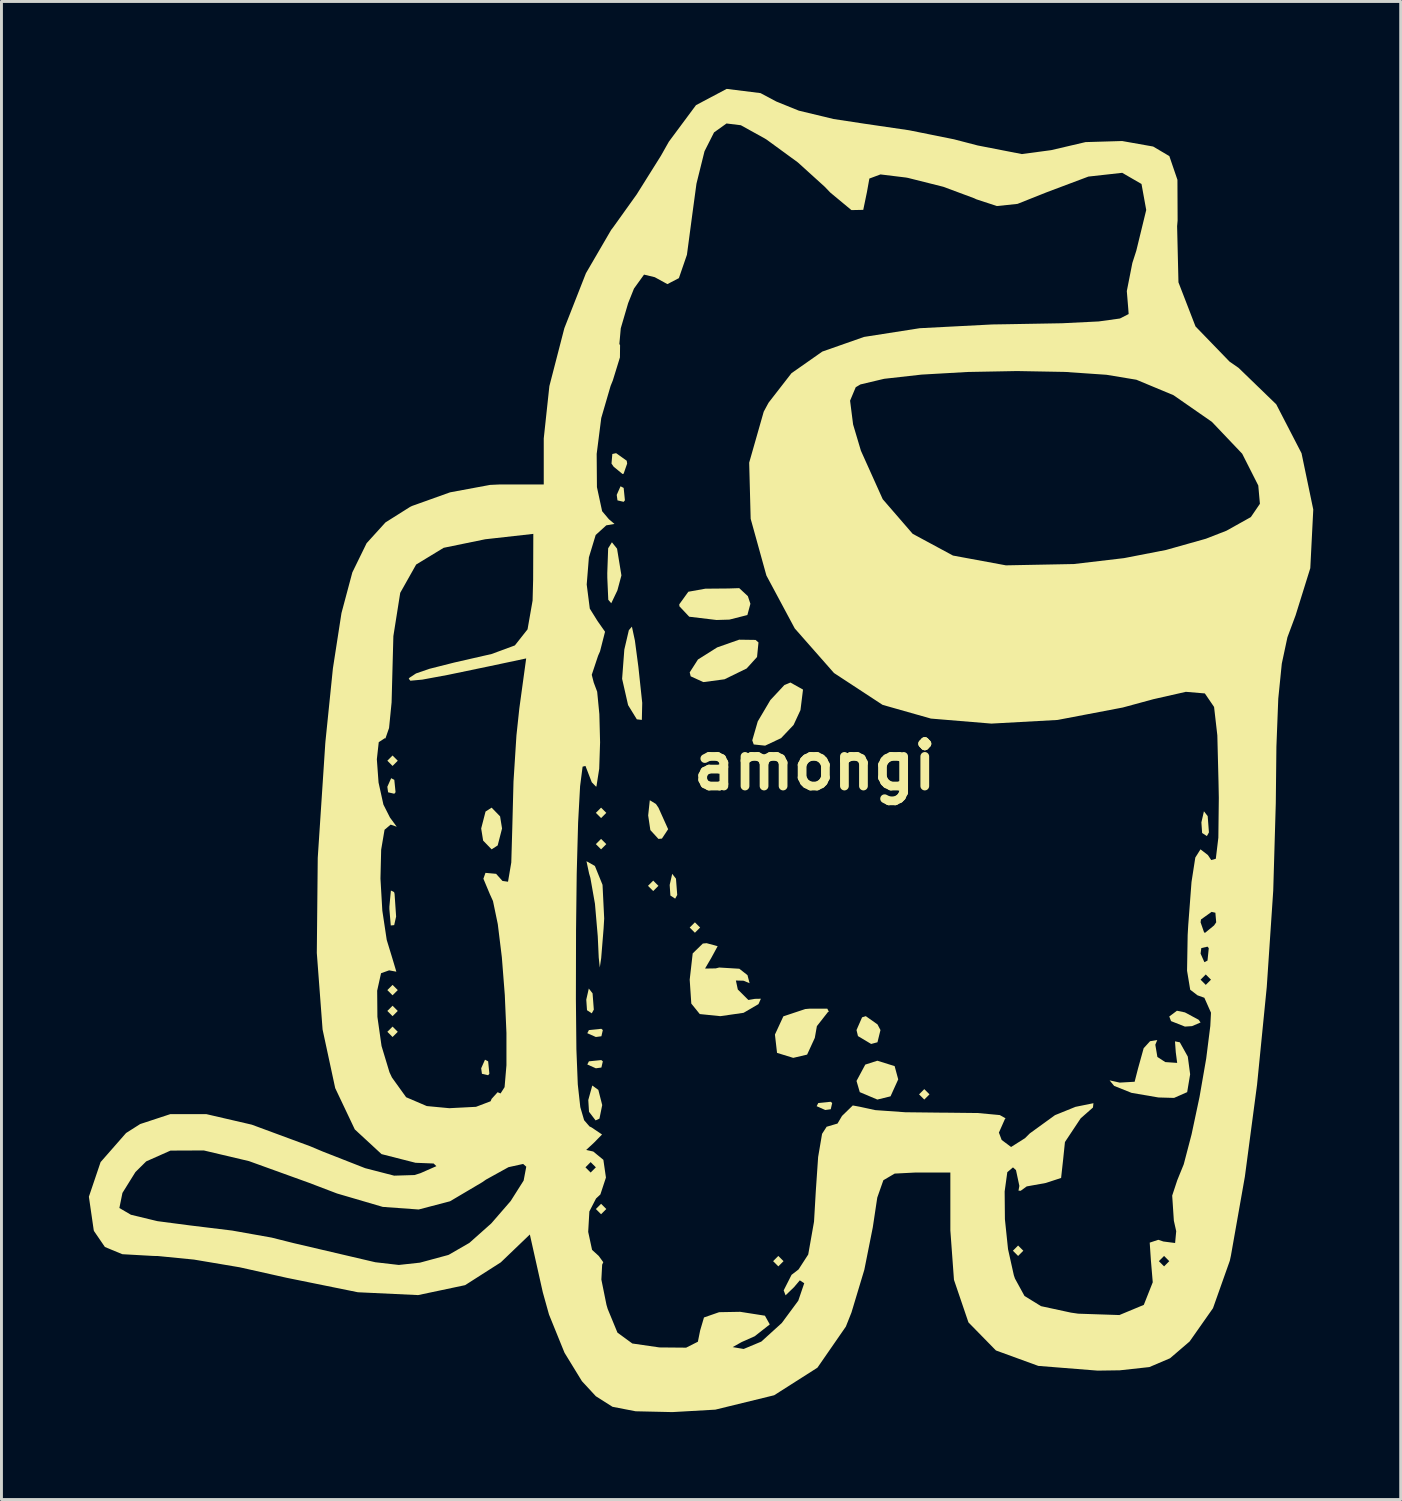
<source format=kicad_pcb>
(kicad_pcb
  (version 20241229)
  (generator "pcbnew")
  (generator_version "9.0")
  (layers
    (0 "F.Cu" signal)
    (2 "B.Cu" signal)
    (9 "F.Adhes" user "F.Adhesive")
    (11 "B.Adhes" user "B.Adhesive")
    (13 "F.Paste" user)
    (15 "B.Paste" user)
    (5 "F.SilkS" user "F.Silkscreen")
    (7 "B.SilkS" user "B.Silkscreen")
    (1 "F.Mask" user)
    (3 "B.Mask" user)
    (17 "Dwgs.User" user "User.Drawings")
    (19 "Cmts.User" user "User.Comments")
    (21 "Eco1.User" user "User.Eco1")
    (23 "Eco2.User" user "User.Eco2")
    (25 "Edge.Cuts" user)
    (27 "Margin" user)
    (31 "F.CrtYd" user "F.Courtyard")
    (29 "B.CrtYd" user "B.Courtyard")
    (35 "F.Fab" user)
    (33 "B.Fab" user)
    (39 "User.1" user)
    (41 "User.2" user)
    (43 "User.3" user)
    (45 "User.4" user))
  (footprint "amongi"
    (layer "F.Cu")
    (at 24.909 23.232)
    (property "Reference" "amongi" (at 0 0 0) (layer "F.SilkS") (effects (font (size 1.524 1.524) (thickness 0.3))))
    (attr board_only exclude_from_pos_files exclude_from_bom)
    (fp_poly (pts (xy -14.31 -0.179) (xy -14.489 0) (xy -14.668 -0.179) (xy -14.489 -0.358)) (stroke (width 0) (type solid)) (fill yes) (layer "F.SilkS"))
    (fp_poly (pts (xy -14.31 7.692) (xy -14.489 7.87) (xy -14.668 7.692) (xy -14.489 7.513)) (stroke (width 0) (type solid)) (fill yes) (layer "F.SilkS"))
    (fp_poly (pts (xy -14.31 8.407) (xy -14.489 8.586) (xy -14.668 8.407) (xy -14.489 8.228)) (stroke (width 0) (type solid)) (fill yes) (layer "F.SilkS"))
    (fp_poly (pts (xy -14.31 9.123) (xy -14.489 9.301) (xy -14.668 9.123) (xy -14.489 8.944)) (stroke (width 0) (type solid)) (fill yes) (layer "F.SilkS"))
    (fp_poly (pts (xy -7.155 1.61) (xy -7.334 1.789) (xy -7.513 1.61) (xy -7.334 1.431)) (stroke (width 0) (type solid)) (fill yes) (layer "F.SilkS"))
    (fp_poly (pts (xy -7.155 2.683) (xy -7.334 2.862) (xy -7.513 2.683) (xy -7.334 2.504)) (stroke (width 0) (type solid)) (fill yes) (layer "F.SilkS"))
    (fp_poly (pts (xy -7.155 15.204) (xy -7.334 15.383) (xy -7.513 15.204) (xy -7.334 15.025)) (stroke (width 0) (type solid)) (fill yes) (layer "F.SilkS"))
    (fp_poly (pts (xy -5.366 4.114) (xy -5.545 4.293) (xy -5.724 4.114) (xy -5.545 3.935)) (stroke (width 0) (type solid)) (fill yes) (layer "F.SilkS"))
    (fp_poly (pts (xy -3.935 5.545) (xy -4.114 5.724) (xy -4.293 5.545) (xy -4.114 5.366)) (stroke (width 0) (type solid)) (fill yes) (layer "F.SilkS"))
    (fp_poly (pts (xy -1.073 16.993) (xy -1.252 17.172) (xy -1.431 16.993) (xy -1.252 16.814)) (stroke (width 0) (type solid)) (fill yes) (layer "F.SilkS"))
    (fp_poly (pts (xy 3.935 11.269) (xy 3.756 11.448) (xy 3.577 11.269) (xy 3.756 11.09)) (stroke (width 0) (type solid)) (fill yes) (layer "F.SilkS"))
    (fp_poly (pts (xy 7.155 16.635) (xy 6.976 16.814) (xy 6.797 16.635) (xy 6.976 16.456)) (stroke (width 0) (type solid)) (fill yes) (layer "F.SilkS"))
    (fp_poly (pts (xy -14.429 0.477) (xy -14.386 0.902) (xy -14.429 0.954) (xy -14.642 0.905) (xy -14.668 0.715) (xy -14.537 0.421)) (stroke (width 0) (type solid)) (fill yes) (layer "F.SilkS"))
    (fp_poly (pts (xy -11.209 10.136) (xy -11.167 10.561) (xy -11.209 10.613) (xy -11.422 10.564) (xy -11.448 10.375) (xy -11.317 10.08)) (stroke (width 0) (type solid)) (fill yes) (layer "F.SilkS"))
    (fp_poly (pts (xy -7.626 7.803) (xy -7.583 8.362) (xy -7.654 8.489) (xy -7.817 8.382) (xy -7.842 8.019) (xy -7.755 7.638)) (stroke (width 0) (type solid)) (fill yes) (layer "F.SilkS"))
    (fp_poly (pts (xy -7.274 9.063) (xy -7.323 9.276) (xy -7.513 9.301) (xy -7.807 9.171) (xy -7.751 9.063) (xy -7.327 9.02)) (stroke (width 0) (type solid)) (fill yes) (layer "F.SilkS"))
    (fp_poly (pts (xy -7.274 10.136) (xy -7.323 10.349) (xy -7.513 10.375) (xy -7.807 10.244) (xy -7.751 10.136) (xy -7.327 10.093)) (stroke (width 0) (type solid)) (fill yes) (layer "F.SilkS"))
    (fp_poly (pts (xy -6.559 -9.54) (xy -6.516 -9.115) (xy -6.559 -9.063) (xy -6.771 -9.112) (xy -6.797 -9.301) (xy -6.666 -9.596)) (stroke (width 0) (type solid)) (fill yes) (layer "F.SilkS"))
    (fp_poly (pts (xy -4.764 3.868) (xy -4.721 4.427) (xy -4.792 4.554) (xy -4.955 4.447) (xy -4.98 4.084) (xy -4.893 3.703)) (stroke (width 0) (type solid)) (fill yes) (layer "F.SilkS"))
    (fp_poly (pts (xy 0.596 11.567) (xy 0.547 11.78) (xy 0.358 11.806) (xy 0.063 11.675) (xy 0.119 11.567) (xy 0.544 11.524)) (stroke (width 0) (type solid)) (fill yes) (layer "F.SilkS"))
    (fp_poly (pts (xy 13.481 1.722) (xy 13.524 2.281) (xy 13.453 2.407) (xy 13.29 2.301) (xy 13.265 1.938) (xy 13.352 1.556)) (stroke (width 0) (type solid)) (fill yes) (layer "F.SilkS"))
    (fp_poly (pts (xy -7.428 11.116) (xy -7.295 11.637) (xy -7.39 12.103) (xy -7.522 12.163) (xy -7.748 11.867) (xy -7.773 11.463) (xy -7.636 10.966)) (stroke (width 0) (type solid)) (fill yes) (layer "F.SilkS"))
    (fp_poly (pts (xy -14.437 4.328) (xy -14.42 4.389) (xy -14.367 5.168) (xy -14.433 5.462) (xy -14.55 5.474) (xy -14.598 4.914) (xy -14.598 4.83) (xy -14.546 4.275)) (stroke (width 0) (type solid)) (fill yes) (layer "F.SilkS"))
    (fp_poly (pts (xy -10.799 1.731) (xy -10.732 2.146) (xy -10.882 2.728) (xy -11.09 2.862) (xy -11.381 2.562) (xy -11.448 2.146) (xy -11.298 1.565) (xy -11.09 1.431)) (stroke (width 0) (type solid)) (fill yes) (layer "F.SilkS"))
    (fp_poly (pts (xy -6.454 -10.473) (xy -6.439 -10.375) (xy -6.561 -10.026) (xy -6.597 -10.017) (xy -6.903 -10.268) (xy -6.976 -10.375) (xy -6.948 -10.704) (xy -6.818 -10.732)) (stroke (width 0) (type solid)) (fill yes) (layer "F.SilkS"))
    (fp_poly (pts (xy -5.452 1.305) (xy -5.366 1.431) (xy -5.033 2.171) (xy -5.246 2.493) (xy -5.366 2.504) (xy -5.643 2.201) (xy -5.718 1.699) (xy -5.662 1.177)) (stroke (width 0) (type solid)) (fill yes) (layer "F.SilkS"))
    (fp_poly (pts (xy 2.15 8.868) (xy 2.253 9.063) (xy 2.15 9.482) (xy 1.933 9.54) (xy 1.481 9.27) (xy 1.431 9.063) (xy 1.622 8.626) (xy 1.75 8.586)) (stroke (width 0) (type solid)) (fill yes) (layer "F.SilkS"))
    (fp_poly (pts (xy 2.739 10.3) (xy 2.862 10.755) (xy 2.598 11.337) (xy 2.146 11.448) (xy 1.543 11.193) (xy 1.431 10.809) (xy 1.732 10.248) (xy 2.146 10.115)) (stroke (width 0) (type solid)) (fill yes) (layer "F.SilkS"))
    (fp_poly (pts (xy 12.7 8.457) (xy 13.171 8.71) (xy 13.237 8.803) (xy 12.944 8.928) (xy 12.7 8.944) (xy 12.224 8.756) (xy 12.163 8.597) (xy 12.426 8.4)) (stroke (width 0) (type solid)) (fill yes) (layer "F.SilkS"))
    (fp_poly (pts (xy -6.786 -7.455) (xy -6.636 -6.538) (xy -6.774 -6.024) (xy -6.985 -5.582) (xy -7.087 -5.702) (xy -7.12 -6.455) (xy -7.121 -6.618) (xy -7.091 -7.468) (xy -6.962 -7.675)) (stroke (width 0) (type solid)) (fill yes) (layer "F.SilkS"))
    (fp_poly (pts (xy -6.173 -4.3) (xy -6.054 -3.399) (xy -5.922 -2.163) (xy -5.935 -1.58) (xy -6.107 -1.599) (xy -6.407 -2.087) (xy -6.612 -2.989) (xy -6.536 -3.995) (xy -6.381 -4.658) (xy -6.276 -4.78)) (stroke (width 0) (type solid)) (fill yes) (layer "F.SilkS"))
    (fp_poly (pts (xy -2.032 -4.324) (xy -1.933 -4.237) (xy -1.982 -3.738) (xy -2.339 -3.344) (xy -3.099 -2.973) (xy -3.825 -2.877) (xy -4.259 -3.075) (xy -4.293 -3.211) (xy -4.01 -3.652) (xy -3.351 -4.067) (xy -2.597 -4.332)) (stroke (width 0) (type solid)) (fill yes) (layer "F.SilkS"))
    (fp_poly (pts (xy -0.405 -2.62) (xy -0.492 -1.916) (xy -0.728 -1.407) (xy -1.157 -0.954) (xy -1.705 -0.696) (xy -2.096 -0.737) (xy -2.146 -0.878) (xy -1.958 -1.527) (xy -1.525 -2.26) (xy -1.043 -2.777) (xy -0.837 -2.862)) (stroke (width 0) (type solid)) (fill yes) (layer "F.SilkS"))
    (fp_poly (pts (xy -2.298 -5.827) (xy -2.21 -5.564) (xy -2.314 -5.178) (xy -2.931 -5.021) (xy -3.372 -5.008) (xy -4.309 -5.12) (xy -4.646 -5.478) (xy -4.651 -5.545) (xy -4.34 -5.977) (xy -3.756 -6.082) (xy -2.968 -6.089) (xy -2.594 -6.101)) (stroke (width 0) (type solid)) (fill yes) (layer "F.SilkS"))
    (fp_poly (pts (xy -7.558 3.425) (xy -7.544 3.438) (xy -7.284 4.08) (xy -7.227 5.236) (xy -7.248 5.585) (xy -7.33 6.593) (xy -7.378 6.915) (xy -7.414 6.577) (xy -7.448 5.843) (xy -7.544 4.73) (xy -7.701 3.84) (xy -7.744 3.696) (xy -7.835 3.269)) (stroke (width 0) (type solid)) (fill yes) (layer "F.SilkS"))
    (fp_poly (pts (xy 0.481 8.432) (xy 0.447 8.448) (xy 0.071 8.929) (xy 0 9.331) (xy -0.264 9.905) (xy -0.74 10.017) (xy -1.296 9.846) (xy -1.368 9.221) (xy -1.366 9.212) (xy -1.079 8.592) (xy -0.328 8.342) (xy -0.179 8.329) (xy 0.429 8.329)) (stroke (width 0) (type solid)) (fill yes) (layer "F.SilkS"))
    (fp_poly (pts (xy 11.684 9.566) (xy 11.755 9.986) (xy 12.026 10.162) (xy 12.434 10.19) (xy 12.386 9.824) (xy 12.359 9.451) (xy 12.525 9.483) (xy 12.798 9.973) (xy 12.879 10.58) (xy 12.777 11.193) (xy 12.327 11.391) (xy 11.791 11.376) (xy 10.868 11.218) (xy 10.271 10.979) (xy 10.115 10.789) (xy 10.464 10.866) (xy 10.974 10.837) (xy 11.09 10.385) (xy 11.284 9.686) (xy 11.503 9.446) (xy 11.751 9.404)) (stroke (width 0) (type solid)) (fill yes) (layer "F.SilkS"))
    (fp_poly (pts (xy -3.334 6.185) (xy -3.554 6.59) (xy -3.767 6.953) (xy -3.4 6.947) (xy -3.281 6.917) (xy -2.59 6.959) (xy -2.31 7.179) (xy -2.238 7.456) (xy -2.445 7.37) (xy -2.708 7.363) (xy -2.642 7.671) (xy -2.28 8.031) (xy -2.054 7.992) (xy -1.85 7.988) (xy -1.933 8.173) (xy -2.444 8.471) (xy -3.241 8.586) (xy -3.948 8.514) (xy -4.238 8.154) (xy -4.293 7.334) (xy -4.19 6.433) (xy -3.842 6.094) (xy -3.713 6.082)) (stroke (width 0) (type solid)) (fill yes) (layer "F.SilkS"))
    (fp_poly (pts (xy -1.863 -23.087) (xy -1.318 -22.797) (xy -0.548 -22.485) (xy 0.645 -22.198) (xy 1.703 -22.037) (xy 3.237 -21.812) (xy 4.776 -21.502) (xy 5.587 -21.291) (xy 7.106 -20.995) (xy 8.111 -21.13) (xy 9.29 -21.406) (xy 10.545 -21.443) (xy 11.61 -21.254) (xy 12.165 -20.926) (xy 12.443 -20.112) (xy 12.449 -18.714) (xy 12.432 -18.519) (xy 12.478 -16.594) (xy 13.063 -15.081) (xy 14.232 -13.873) (xy 14.541 -13.659) (xy 15.833 -12.409) (xy 16.701 -10.73) (xy 17.104 -8.798) (xy 17.002 -6.787) (xy 16.497 -5.167) (xy 16.217 -4.415) (xy 16.024 -3.511) (xy 15.903 -2.309) (xy 15.839 -0.665) (xy 15.818 1.272) (xy 15.73 4.281) (xy 15.508 7.586) (xy 15.175 10.939) (xy 14.757 14.093) (xy 14.279 16.799) (xy 14.241 16.976) (xy 13.663 18.607) (xy 12.861 19.749) (xy 12.189 20.325) (xy 11.48 20.627) (xy 10.466 20.738) (xy 9.704 20.749) (xy 7.669 20.587) (xy 6.215 20.057) (xy 5.272 19.094) (xy 4.775 17.634) (xy 4.651 15.937) (xy 4.651 13.952) (xy 3.445 13.952) (xy 2.74 13.988) (xy 2.352 14.216) (xy 2.143 14.812) (xy 1.99 15.83) (xy 1.699 17.289) (xy 1.258 18.754) (xy 1.065 19.239) (xy 0.09 20.648) (xy -1.395 21.594) (xy -3.414 22.088) (xy -4.887 22.172) (xy -6.149 22.144) (xy -6.942 21.99) (xy -7.513 21.628) (xy -7.991 21.111) (xy -8.589 20.135) (xy -9.121 18.824) (xy -9.334 18.06) (xy -9.778 16.078) (xy -10.775 17.034) (xy -11.999 17.816) (xy -13.612 18.157) (xy -15.678 18.06) (xy -18.126 17.563) (xy -19.73 17.204) (xy -21.302 16.939) (xy -22.539 16.817) (xy -22.695 16.814) (xy -23.762 16.754) (xy -24.359 16.507) (xy -24.728 15.968) (xy -24.742 15.936) (xy -24.853 15.169) (xy -23.863 15.169) (xy -23.466 15.401) (xy -22.558 15.62) (xy -21.436 15.767) (xy -19.992 15.943) (xy -18.639 16.184) (xy -17.887 16.373) (xy -15.08 17.03) (xy -14.274 17.123) (xy -13.548 17.044) (xy -12.589 16.784) (xy -12.56 16.774) (xy -11.853 16.366) (xy -11.101 15.697) (xy -10.436 14.93) (xy -9.991 14.227) (xy -9.905 13.773) (xy -7.87 13.773) (xy -7.692 13.952) (xy -7.513 13.773) (xy -7.692 13.594) (xy -7.87 13.773) (xy -9.905 13.773) (xy -9.901 13.752) (xy -10.008 13.657) (xy -10.511 13.768) (xy -11.282 14.194) (xy -11.413 14.285) (xy -12.517 14.938) (xy -13.593 15.22) (xy -14.824 15.131) (xy -16.394 14.671) (xy -17.359 14.303) (xy -19.416 13.56) (xy -20.966 13.194) (xy -22.109 13.199) (xy -22.942 13.569) (xy -23.311 13.934) (xy -23.758 14.652) (xy -23.863 15.169) (xy -24.853 15.169) (xy -24.909 14.781) (xy -24.507 13.593) (xy -23.633 12.596) (xy -23.149 12.288) (xy -22.113 11.947) (xy -20.878 11.948) (xy -19.321 12.309) (xy -17.318 13.049) (xy -16.883 13.232) (xy -15.429 13.802) (xy -14.435 14.059) (xy -13.736 14.038) (xy -13.53 13.973) (xy -12.985 13.733) (xy -13.08 13.642) (xy -13.701 13.617) (xy -14.867 13.32) (xy -15.784 12.473) (xy -16.457 11.055) (xy -16.89 9.044) (xy -17.088 6.418) (xy -17.056 3.155) (xy -16.833 -0.228) (xy -15.028 -0.228) (xy -14.97 0.568) (xy -14.803 1.326) (xy -14.578 1.77) (xy -14.346 2.086) (xy -14.554 2.014) (xy -14.764 2.19) (xy -14.88 2.875) (xy -14.904 3.867) (xy -14.84 4.966) (xy -14.689 5.97) (xy -14.5 6.588) (xy -14.359 7.06) (xy -14.607 7.014) (xy -14.884 7.113) (xy -15.017 7.712) (xy -15.009 8.61) (xy -14.867 9.61) (xy -14.595 10.51) (xy -14.51 10.691) (xy -14.023 11.368) (xy -13.315 11.671) (xy -12.543 11.744) (xy -11.626 11.697) (xy -11.126 11.507) (xy -11.09 11.424) (xy -10.884 11.196) (xy -10.783 11.238) (xy -10.645 11.022) (xy -10.581 10.271) (xy -10.581 9.161) (xy -10.632 7.994) (xy -8.198 7.994) (xy -8.181 9.723) (xy -8.133 10.929) (xy -8.047 11.708) (xy -7.916 12.156) (xy -7.731 12.37) (xy -7.662 12.403) (xy -7.301 12.646) (xy -7.572 12.923) (xy -7.845 13.177) (xy -7.602 13.231) (xy -7.255 13.516) (xy -7.167 14.124) (xy -7.358 14.704) (xy -7.507 14.843) (xy -7.736 15.287) (xy -7.776 15.988) (xy -7.643 16.606) (xy -7.414 16.814) (xy -7.258 17.029) (xy -7.297 17.113) (xy -7.324 17.625) (xy -7.149 18.49) (xy -7.107 18.633) (xy -6.772 19.445) (xy -6.262 19.818) (xy -5.333 19.953) (xy -4.415 19.961) (xy -4.012 19.757) (xy -3.935 19.373) (xy -3.803 18.925) (xy -3.283 18.744) (xy -2.561 18.731) (xy -1.712 18.864) (xy -1.545 19.163) (xy -2.063 19.57) (xy -2.511 19.769) (xy -2.819 19.942) (xy -2.441 20.006) (xy -1.836 19.753) (xy -1.134 19.116) (xy -0.567 18.349) (xy -0.363 17.75) (xy -0.514 17.651) (xy -0.715 17.887) (xy -1.003 18.165) (xy -1.068 17.995) (xy -0.798 17.462) (xy -0.558 17.277) (xy -0.226 16.764) (xy -0.027 15.639) (xy 0.034 14.59) (xy 0.114 13.419) (xy 0.249 12.625) (xy 0.41 12.375) (xy 0.416 12.378) (xy 0.779 12.271) (xy 0.934 12.009) (xy 1.303 11.65) (xy 1.54 11.694) (xy 2.075 11.81) (xy 3.104 11.883) (xy 4.406 11.898) (xy 4.432 11.897) (xy 5.595 11.91) (xy 6.348 11.98) (xy 6.548 12.093) (xy 6.526 12.11) (xy 6.317 12.582) (xy 6.412 12.834) (xy 6.735 13.075) (xy 7.214 12.772) (xy 7.377 12.609) (xy 8.241 11.983) (xy 8.944 11.698) (xy 9.561 11.573) (xy 9.544 11.721) (xy 9.123 12.092) (xy 8.583 12.905) (xy 8.521 13.505) (xy 8.451 14.138) (xy 7.925 14.31) (xy 7.271 14.428) (xy 7.065 14.578) (xy 6.989 14.573) (xy 7.019 14.411) (xy 6.903 13.868) (xy 6.8 13.775) (xy 6.605 13.94) (xy 6.514 14.602) (xy 6.523 15.553) (xy 6.63 16.581) (xy 6.83 17.479) (xy 6.868 17.59) (xy 7.195 18.187) (xy 7.763 18.537) (xy 8.789 18.759) (xy 9.038 18.795) (xy 10.45 18.842) (xy 11.289 18.493) (xy 11.596 17.717) (xy 11.535 16.993) (xy 11.806 16.993) (xy 11.985 17.172) (xy 12.163 16.993) (xy 11.985 16.814) (xy 11.806 16.993) (xy 11.535 16.993) (xy 11.534 16.987) (xy 11.492 16.357) (xy 11.786 16.26) (xy 11.96 16.318) (xy 12.363 16.37) (xy 12.401 15.965) (xy 12.32 15.603) (xy 12.263 14.743) (xy 12.437 14.216) (xy 12.659 13.671) (xy 12.928 12.643) (xy 13.201 11.358) (xy 13.43 10.042) (xy 13.571 8.922) (xy 13.594 8.467) (xy 13.367 7.955) (xy 13.13 7.87) (xy 12.881 7.678) (xy 12.824 7.334) (xy 13.237 7.334) (xy 13.415 7.513) (xy 13.594 7.334) (xy 13.415 7.155) (xy 13.237 7.334) (xy 12.824 7.334) (xy 12.773 7.027) (xy 12.783 6.439) (xy 13.237 6.439) (xy 13.368 6.734) (xy 13.475 6.678) (xy 13.518 6.253) (xy 13.475 6.201) (xy 13.262 6.25) (xy 13.237 6.439) (xy 12.783 6.439) (xy 12.794 5.804) (xy 12.814 5.456) (xy 12.821 5.366) (xy 13.237 5.366) (xy 13.359 5.715) (xy 13.394 5.724) (xy 13.7 5.473) (xy 13.773 5.366) (xy 13.745 5.037) (xy 13.615 5.008) (xy 13.251 5.268) (xy 13.237 5.366) (xy 12.821 5.366) (xy 12.926 3.982) (xy 13.056 3.144) (xy 13.234 2.862) (xy 13.488 3.058) (xy 13.603 3.23) (xy 13.76 3.185) (xy 13.847 2.461) (xy 13.863 1.094) (xy 13.852 0.537) (xy 13.812 -1.05) (xy 13.7 -2.024) (xy 13.384 -2.488) (xy 12.733 -2.543) (xy 11.617 -2.29) (xy 10.568 -2.005) (xy 8.329 -1.578) (xy 6.059 -1.453) (xy 3.984 -1.625) (xy 2.332 -2.094) (xy 2.322 -2.098) (xy 0.659 -3.188) (xy -0.688 -4.718) (xy -1.661 -6.534) (xy -2.201 -8.482) (xy -2.252 -10.407) (xy -1.753 -12.156) (xy -1.588 -12.462) (xy -1.533 -12.533) (xy 1.21 -12.533) (xy 1.314 -11.716) (xy 1.582 -10.816) (xy 2.33 -9.153) (xy 3.358 -7.965) (xy 4.741 -7.219) (xy 6.558 -6.883) (xy 8.886 -6.928) (xy 10.612 -7.131) (xy 12.052 -7.411) (xy 13.419 -7.796) (xy 14.125 -8.071) (xy 14.962 -8.539) (xy 15.273 -8.995) (xy 15.217 -9.623) (xy 14.665 -10.713) (xy 13.626 -11.806) (xy 12.307 -12.722) (xy 11.034 -13.252) (xy 10.007 -13.422) (xy 8.584 -13.52) (xy 6.936 -13.55) (xy 5.238 -13.518) (xy 3.661 -13.428) (xy 2.38 -13.284) (xy 1.566 -13.091) (xy 1.404 -12.995) (xy 1.21 -12.533) (xy -1.533 -12.533) (xy -0.801 -13.476) (xy 0.257 -14.218) (xy 1.69 -14.721) (xy 3.601 -15.02) (xy 6.094 -15.149) (xy 6.607 -15.157) (xy 8.483 -15.19) (xy 9.739 -15.252) (xy 10.47 -15.353) (xy 10.769 -15.506) (xy 10.756 -15.685) (xy 10.706 -16.294) (xy 10.896 -17.258) (xy 11.031 -17.677) (xy 11.372 -19.077) (xy 11.21 -19.969) (xy 10.548 -20.352) (xy 9.388 -20.223) (xy 7.97 -19.69) (xy 6.955 -19.286) (xy 6.249 -19.212) (xy 5.544 -19.443) (xy 5.466 -19.48) (xy 4.409 -19.873) (xy 3.199 -20.177) (xy 3.13 -20.19) (xy 2.253 -20.297) (xy 1.872 -20.155) (xy 1.789 -19.692) (xy 1.662 -19.081) (xy 1.256 -19.073) (xy 0.532 -19.674) (xy 0.337 -19.877) (xy -0.583 -20.71) (xy -1.65 -21.489) (xy -1.723 -21.534) (xy -2.538 -21.985) (xy -3.03 -22.045) (xy -3.453 -21.742) (xy -3.458 -21.738) (xy -3.785 -21.091) (xy -4.061 -19.979) (xy -4.194 -18.997) (xy -4.388 -17.54) (xy -4.664 -16.738) (xy -5.058 -16.533) (xy -5.493 -16.771) (xy -5.86 -16.859) (xy -6.205 -16.38) (xy -6.405 -15.881) (xy -6.658 -15.018) (xy -6.706 -14.482) (xy -6.682 -14.433) (xy -6.687 -14.018) (xy -6.931 -13.227) (xy -7.007 -13.04) (xy -7.328 -11.939) (xy -7.485 -10.707) (xy -7.476 -9.567) (xy -7.298 -8.741) (xy -7.065 -8.465) (xy -6.874 -8.304) (xy -7.155 -8.256) (xy -7.519 -7.925) (xy -7.752 -7.157) (xy -7.827 -6.225) (xy -7.721 -5.398) (xy -7.457 -4.974) (xy -7.198 -4.605) (xy -7.37 -3.931) (xy -7.436 -3.782) (xy -7.654 -3.127) (xy -7.586 -2.862) (xy -7.468 -2.548) (xy -7.393 -1.778) (xy -7.368 -0.81) (xy -7.398 0.097) (xy -7.49 0.685) (xy -7.502 0.715) (xy -7.653 0.561) (xy -7.87 0) (xy -7.968 0.025) (xy -8.054 0.696) (xy -8.122 1.943) (xy -8.17 3.697) (xy -8.193 5.646) (xy -8.198 7.994) (xy -10.632 7.994) (xy -10.637 7.867) (xy -10.739 6.564) (xy -10.878 5.429) (xy -11.043 4.636) (xy -11.151 4.398) (xy -11.372 3.87) (xy -11.301 3.669) (xy -10.936 3.702) (xy -10.718 3.946) (xy -10.527 3.973) (xy -10.415 3.313) (xy -10.38 2.107) (xy -10.339 0.536) (xy -10.238 -1.046) (xy -10.139 -1.974) (xy -9.904 -3.689) (xy -11.123 -3.43) (xy -12.587 -3.125) (xy -13.467 -2.962) (xy -13.878 -2.924) (xy -13.934 -2.994) (xy -13.903 -3.03) (xy -13.684 -3.174) (xy -13.226 -3.332) (xy -12.372 -3.548) (xy -11.09 -3.841) (xy -10.292 -4.136) (xy -9.857 -4.687) (xy -9.684 -5.674) (xy -9.665 -6.397) (xy -9.659 -7.963) (xy -11.309 -7.778) (xy -12.735 -7.485) (xy -13.679 -6.911) (xy -14.226 -5.94) (xy -14.461 -4.455) (xy -14.489 -3.423) (xy -14.522 -2.18) (xy -14.609 -1.301) (xy -14.733 -0.945) (xy -14.757 -0.95) (xy -14.963 -0.815) (xy -15.028 -0.228) (xy -16.833 -0.228) (xy -16.798 -0.766) (xy -16.792 -0.838) (xy -16.536 -3.346) (xy -16.242 -5.245) (xy -15.869 -6.641) (xy -15.379 -7.643) (xy -14.732 -8.356) (xy -13.89 -8.887) (xy -13.818 -8.922) (xy -12.516 -9.388) (xy -11.144 -9.643) (xy -10.798 -9.659) (xy -9.301 -9.659) (xy -9.301 -11.237) (xy -9.108 -13.033) (xy -8.594 -15.021) (xy -7.854 -16.906) (xy -6.988 -18.393) (xy -6.921 -18.48) (xy -6.112 -19.611) (xy -5.28 -20.938) (xy -5.008 -21.42) (xy -4.077 -22.674) (xy -3.024 -23.232)) (stroke (width 0) (type solid)) (fill yes) (layer "F.SilkS")))
  (gr_rect
    (start -3 -3)
    (end 45.013 48.404)
    (stroke (width 0.1) (type default))
    (fill no)
    (layer "Edge.Cuts")))
</source>
